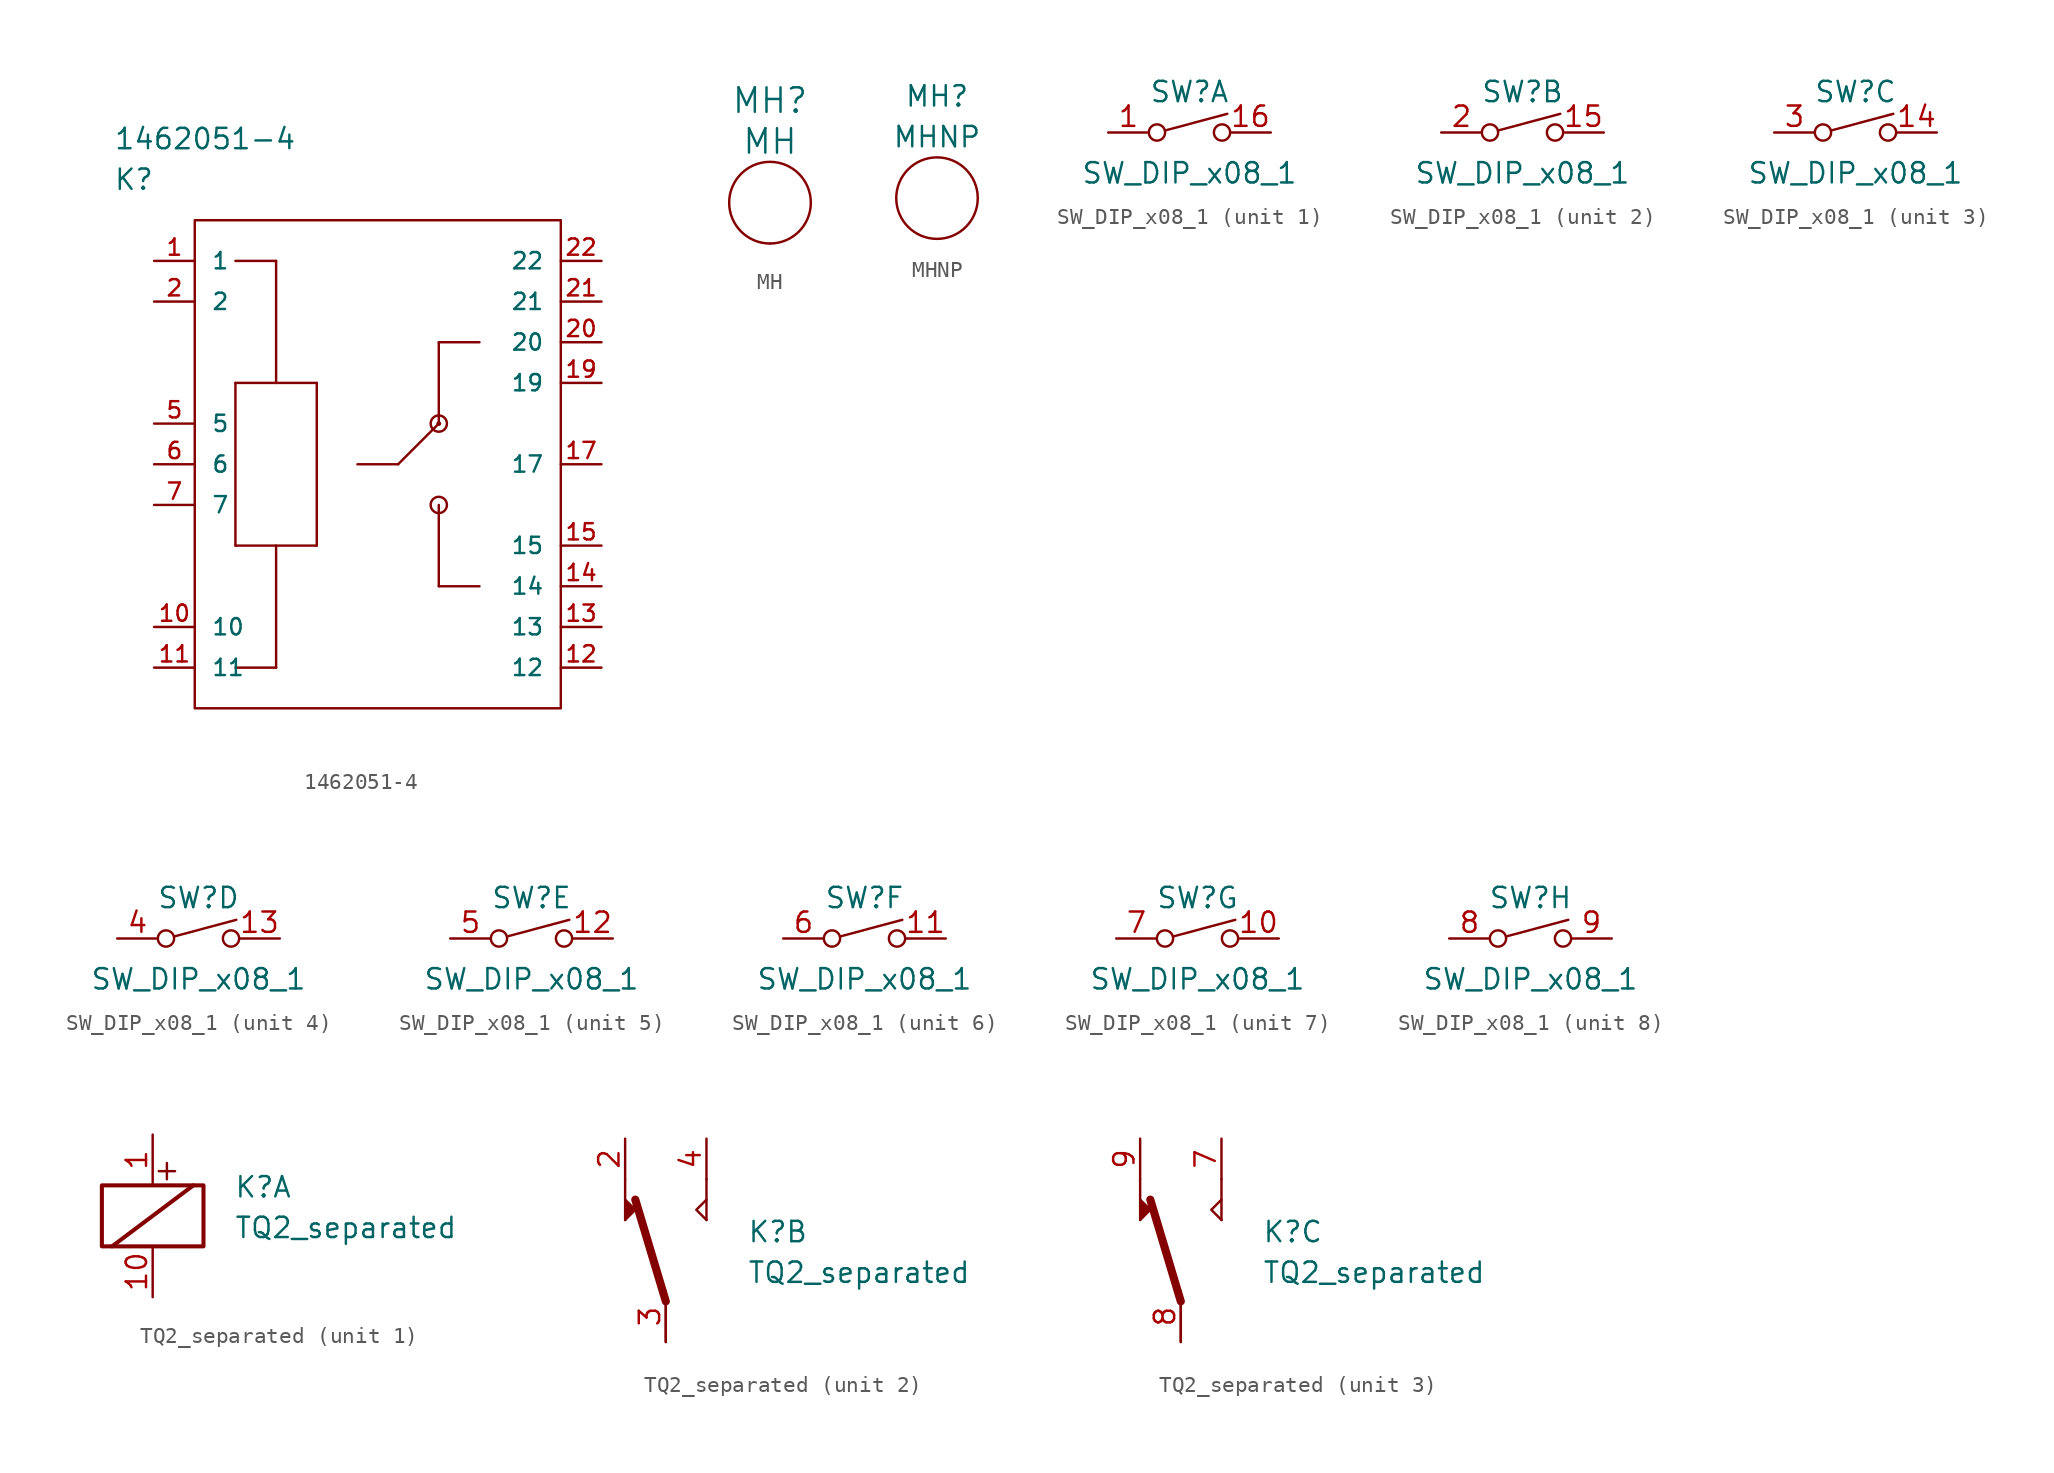
<source format=kicad_sym>
(kicad_symbol_lib
  (version 20211014)
  (generator kicad_symbol_editor)
  (symbol "1462051-4"
    (pin_names
      (offset 1.016))
    (property "Reference" "K"
      (at 0 5.08 0)
      (effects (font (size 1.27 1.27)) (justify left)))
    (property "Value" "1462051-4"
      (at 0 7.62 0)
      (effects (font (size 1.27 1.27)) (justify left)))
    (symbol "1462051-4_1_1"
      (polyline (pts (xy 7.62 -17.78) (xy 12.7 -17.78)) (stroke (width 0) (type default) (color 0 0 0 0)) (fill (type none)))
      (polyline (pts (xy 7.62 -7.62) (xy 7.62 -17.78)) (stroke (width 0) (type default) (color 0 0 0 0)) (fill (type none)))
      (polyline (pts (xy 7.62 0) (xy 10.16 0)) (stroke (width 0) (type default) (color 0 0 0 0)) (fill (type none)))
      (polyline (pts (xy 10.16 -25.4) (xy 7.62 -25.4)) (stroke (width 0) (type default) (color 0 0 0 0)) (fill (type none)))
      (polyline (pts (xy 10.16 -17.78) (xy 10.16 -25.4)) (stroke (width 0) (type default) (color 0 0 0 0)) (fill (type none)))
      (polyline (pts (xy 10.16 -7.62) (xy 7.62 -7.62)) (stroke (width 0) (type default) (color 0 0 0 0)) (fill (type none)))
      (polyline (pts (xy 10.16 0) (xy 10.16 -7.62)) (stroke (width 0) (type default) (color 0 0 0 0)) (fill (type none)))
      (polyline (pts (xy 12.7 -17.78) (xy 12.7 -7.62)) (stroke (width 0) (type default) (color 0 0 0 0)) (fill (type none)))
      (polyline (pts (xy 12.7 -7.62) (xy 10.16 -7.62)) (stroke (width 0) (type default) (color 0 0 0 0)) (fill (type none)))
      (polyline (pts (xy 15.24 -12.7) (xy 17.78 -12.7)) (stroke (width 0) (type default) (color 0 0 0 0)) (fill (type none)))
      (polyline (pts (xy 17.78 -12.7) (xy 20.32 -10.16)) (stroke (width 0) (type default) (color 0 0 0 0)) (fill (type none)))
      (polyline (pts (xy 20.32 -20.32) (xy 20.32 -15.24)) (stroke (width 0) (type default) (color 0 0 0 0)) (fill (type none)))
      (polyline (pts (xy 20.32 -10.16) (xy 20.32 -5.08)) (stroke (width 0) (type default) (color 0 0 0 0)) (fill (type none)))
      (polyline (pts (xy 22.86 -20.32) (xy 20.32 -20.32)) (stroke (width 0) (type default) (color 0 0 0 0)) (fill (type none)))
      (polyline (pts (xy 22.86 -5.08) (xy 20.32 -5.08)) (stroke (width 0) (type default) (color 0 0 0 0)) (fill (type none)))
      (rectangle (start 5.08 2.54) (end 27.94 -27.94) (stroke (width 0) (type default) (color 0 0 0 0)) (fill (type none)))
      (circle (center 20.32 -15.24) (radius 0.508) (stroke (width 0) (type default) (color 0 0 0 0)) (fill (type none)))
      (circle (center 20.32 -10.16) (radius 0.0001) (stroke (width 0) (type default) (color 0 0 0 0)) (fill (type none)))
      (circle (center 20.32 -10.16) (radius 0.508) (stroke (width 0) (type default) (color 0 0 0 0)) (fill (type none)))
      (pin passive line (at 2.54 0 0) (length 2.54) (name "1" (effects (font (size 1.016 1.016)))) (number "1" (effects (font (size 1.016 1.016)))))
      (pin passive line (at 2.54 -22.86 0) (length 2.54) (name "10" (effects (font (size 1.016 1.016)))) (number "10" (effects (font (size 1.016 1.016)))))
      (pin passive line (at 2.54 -25.4 0) (length 2.54) (name "11" (effects (font (size 1.016 1.016)))) (number "11" (effects (font (size 1.016 1.016)))))
      (pin passive line (at 30.48 -25.4 180) (length 2.54) (name "12" (effects (font (size 1.016 1.016)))) (number "12" (effects (font (size 1.016 1.016)))))
      (pin passive line (at 30.48 -22.86 180) (length 2.54) (name "13" (effects (font (size 1.016 1.016)))) (number "13" (effects (font (size 1.016 1.016)))))
      (pin passive line (at 30.48 -20.32 180) (length 2.54) (name "14" (effects (font (size 1.016 1.016)))) (number "14" (effects (font (size 1.016 1.016)))))
      (pin passive line (at 30.48 -17.78 180) (length 2.54) (name "15" (effects (font (size 1.016 1.016)))) (number "15" (effects (font (size 1.016 1.016)))))
      (pin passive line (at 30.48 -12.7 180) (length 2.54) (name "17" (effects (font (size 1.016 1.016)))) (number "17" (effects (font (size 1.016 1.016)))))
      (pin passive line (at 30.48 -7.62 180) (length 2.54) (name "19" (effects (font (size 1.016 1.016)))) (number "19" (effects (font (size 1.016 1.016)))))
      (pin passive line (at 2.54 -2.54 0) (length 2.54) (name "2" (effects (font (size 1.016 1.016)))) (number "2" (effects (font (size 1.016 1.016)))))
      (pin passive line (at 30.48 -5.08 180) (length 2.54) (name "20" (effects (font (size 1.016 1.016)))) (number "20" (effects (font (size 1.016 1.016)))))
      (pin passive line (at 30.48 -2.54 180) (length 2.54) (name "21" (effects (font (size 1.016 1.016)))) (number "21" (effects (font (size 1.016 1.016)))))
      (pin passive line (at 30.48 0 180) (length 2.54) (name "22" (effects (font (size 1.016 1.016)))) (number "22" (effects (font (size 1.016 1.016)))))
      (pin passive line (at 2.54 -10.16 0) (length 2.54) (name "5" (effects (font (size 1.016 1.016)))) (number "5" (effects (font (size 1.016 1.016)))))
      (pin passive line (at 2.54 -12.7 0) (length 2.54) (name "6" (effects (font (size 1.016 1.016)))) (number "6" (effects (font (size 1.016 1.016)))))
      (pin passive line (at 2.54 -15.24 0) (length 2.54) (name "7" (effects (font (size 1.016 1.016)))) (number "7" (effects (font (size 1.016 1.016)))))))
  (symbol "MH"
    (pin_names
      (offset 1.016))
    (property "Reference" "MH"
      (at 0 8.89 0)
      (effects (font (size 1.524 1.524))))
    (property "Value" "MH"
      (at 0 6.35 0)
      (effects (font (size 1.524 1.524))))
    (symbol "MH_0_1"
      (circle (center 0 2.54) (radius 2.54) (stroke (width 0) (type default) (color 0 0 0 0)) (fill (type none))))
    (symbol "MH_1_1"
      (pin input line (at 0 0 90) (length 0) (name "~" (effects (font (size 0 0)))) (number "1" (effects (font (size 0 0)))))))
  (symbol "MHNP"
    (pin_names
      (offset 1.016))
    (property "Reference" "MH"
      (at 0 8.89 0)
      (effects (font (size 1.27 1.27))))
    (property "Value" "MHNP"
      (at 0 6.35 0)
      (effects (font (size 1.27 1.27))))
    (symbol "MHNP_1_1"
      (circle (center 0 2.54) (radius 2.54) (stroke (width 0) (type default) (color 0 0 0 0)) (fill (type none)))))
  (symbol "SW_DIP_x08_1"
    (pin_names
      (offset 0) hide)
    (property "Reference" "SW"
      (at 0 2.54 0)
      (effects (font (size 1.27 1.27))))
    (property "Value" "SW_DIP_x08_1"
      (at 0 -2.54 0)
      (effects (font (size 1.27 1.27))))
    (symbol "SW_DIP_x08_1_0_0"
      (circle (center -2.032 0) (radius 0.508) (stroke (width 0) (type default) (color 0 0 0 0)) (fill (type none)))
      (polyline (pts (xy -1.524 0.127) (xy 2.362 1.168)) (stroke (width 0) (type default) (color 0 0 0 0)) (fill (type none)))
      (circle (center 2.032 0) (radius 0.508) (stroke (width 0) (type default) (color 0 0 0 0)) (fill (type none))))
    (symbol "SW_DIP_x08_1_1_1"
      (pin passive line (at -5.08 0 0) (length 2.54) (name "~" (effects (font (size 1.27 1.27)))) (number "1" (effects (font (size 1.27 1.27)))))
      (pin passive line (at 5.08 0 180) (length 2.54) (name "~" (effects (font (size 1.27 1.27)))) (number "16" (effects (font (size 1.27 1.27))))))
    (symbol "SW_DIP_x08_1_2_1"
      (pin passive line (at 5.08 0 180) (length 2.54) (name "~" (effects (font (size 1.27 1.27)))) (number "15" (effects (font (size 1.27 1.27)))))
      (pin passive line (at -5.08 0 0) (length 2.54) (name "~" (effects (font (size 1.27 1.27)))) (number "2" (effects (font (size 1.27 1.27))))))
    (symbol "SW_DIP_x08_1_3_1"
      (pin passive line (at 5.08 0 180) (length 2.54) (name "~" (effects (font (size 1.27 1.27)))) (number "14" (effects (font (size 1.27 1.27)))))
      (pin passive line (at -5.08 0 0) (length 2.54) (name "~" (effects (font (size 1.27 1.27)))) (number "3" (effects (font (size 1.27 1.27))))))
    (symbol "SW_DIP_x08_1_4_1"
      (pin passive line (at 5.08 0 180) (length 2.54) (name "~" (effects (font (size 1.27 1.27)))) (number "13" (effects (font (size 1.27 1.27)))))
      (pin passive line (at -5.08 0 0) (length 2.54) (name "~" (effects (font (size 1.27 1.27)))) (number "4" (effects (font (size 1.27 1.27))))))
    (symbol "SW_DIP_x08_1_5_1"
      (pin passive line (at 5.08 0 180) (length 2.54) (name "~" (effects (font (size 1.27 1.27)))) (number "12" (effects (font (size 1.27 1.27)))))
      (pin passive line (at -5.08 0 0) (length 2.54) (name "~" (effects (font (size 1.27 1.27)))) (number "5" (effects (font (size 1.27 1.27))))))
    (symbol "SW_DIP_x08_1_6_1"
      (pin passive line (at 5.08 0 180) (length 2.54) (name "~" (effects (font (size 1.27 1.27)))) (number "11" (effects (font (size 1.27 1.27)))))
      (pin passive line (at -5.08 0 0) (length 2.54) (name "~" (effects (font (size 1.27 1.27)))) (number "6" (effects (font (size 1.27 1.27))))))
    (symbol "SW_DIP_x08_1_7_1"
      (pin passive line (at 5.08 0 180) (length 2.54) (name "~" (effects (font (size 1.27 1.27)))) (number "10" (effects (font (size 1.27 1.27)))))
      (pin passive line (at -5.08 0 0) (length 2.54) (name "~" (effects (font (size 1.27 1.27)))) (number "7" (effects (font (size 1.27 1.27))))))
    (symbol "SW_DIP_x08_1_8_1"
      (pin passive line (at -5.08 0 0) (length 2.54) (name "~" (effects (font (size 1.27 1.27)))) (number "8" (effects (font (size 1.27 1.27)))))
      (pin passive line (at 5.08 0 180) (length 2.54) (name "~" (effects (font (size 1.27 1.27)))) (number "9" (effects (font (size 1.27 1.27)))))))
  (symbol "TQ2_separated"
    (pin_names
      (offset 1.016))
    (property "Reference" "K"
      (at 5.08 2.54 0)
      (effects (font (size 1.27 1.27)) (justify left top)))
    (property "Value" "TQ2_separated"
      (at 5.08 0 0)
      (effects (font (size 1.27 1.27)) (justify left top)))
    (symbol "TQ2_separated_1_1"
      (rectangle (start -3.175 1.905) (end 3.175 -1.905) (stroke (width 0.254) (type default) (color 0 0 0 0)) (fill (type none)))
      (polyline (pts (xy -2.54 -1.905) (xy 2.54 1.905)) (stroke (width 0.254) (type default) (color 0 0 0 0)) (fill (type none)))
      (polyline (pts (xy 0.381 2.794) (xy 1.397 2.794)) (stroke (width 0) (type default) (color 0 0 0 0)) (fill (type none)))
      (polyline (pts (xy 0.889 3.302) (xy 0.889 2.286)) (stroke (width 0) (type default) (color 0 0 0 0)) (fill (type none)))
      (pin passive line (at 0 5.08 270) (length 3.175) (name "~" (effects (font (size 1.27 1.27)))) (number "1" (effects (font (size 1.27 1.27)))))
      (pin passive line (at 0 -5.08 90) (length 3.175) (name "~" (effects (font (size 1.27 1.27)))) (number "10" (effects (font (size 1.27 1.27))))))
    (symbol "TQ2_separated_2_1"
      (polyline (pts (xy -2.54 2.54) (xy -2.54 5.08)) (stroke (width 0) (type default) (color 0 0 0 0)) (fill (type none)))
      (polyline (pts (xy 0 -2.54) (xy -1.905 3.81)) (stroke (width 0.508) (type default) (color 0 0 0 0)) (fill (type none)))
      (polyline (pts (xy 0 -2.54) (xy 0 -5.08)) (stroke (width 0) (type default) (color 0 0 0 0)) (fill (type none)))
      (polyline (pts (xy 2.54 2.54) (xy 2.54 5.08)) (stroke (width 0) (type default) (color 0 0 0 0)) (fill (type none)))
      (polyline (pts (xy -2.54 2.54) (xy -1.905 3.175) (xy -2.54 3.81)) (stroke (width 0) (type default) (color 0 0 0 0)) (fill (type outline)))
      (polyline (pts (xy 2.54 2.54) (xy 1.905 3.175) (xy 2.54 3.81)) (stroke (width 0) (type default) (color 0 0 0 0)) (fill (type none)))
      (pin passive line (at -2.54 7.62 270) (length 2.54) (name "~" (effects (font (size 1.27 1.27)))) (number "2" (effects (font (size 1.27 1.27)))))
      (pin passive line (at 0 -5.08 90) (length 3.175) (name "~" (effects (font (size 1.27 1.27)))) (number "3" (effects (font (size 1.27 1.27)))))
      (pin passive line (at 2.54 7.62 270) (length 2.54) (name "~" (effects (font (size 1.27 1.27)))) (number "4" (effects (font (size 1.27 1.27))))))
    (symbol "TQ2_separated_3_1"
      (polyline (pts (xy -2.54 2.54) (xy -2.54 5.08)) (stroke (width 0) (type default) (color 0 0 0 0)) (fill (type none)))
      (polyline (pts (xy 0 -2.54) (xy -1.905 3.81)) (stroke (width 0.508) (type default) (color 0 0 0 0)) (fill (type none)))
      (polyline (pts (xy 0 -2.54) (xy 0 -5.08)) (stroke (width 0) (type default) (color 0 0 0 0)) (fill (type none)))
      (polyline (pts (xy 2.54 2.54) (xy 2.54 5.08)) (stroke (width 0) (type default) (color 0 0 0 0)) (fill (type none)))
      (polyline (pts (xy -2.54 2.54) (xy -1.905 3.175) (xy -2.54 3.81)) (stroke (width 0) (type default) (color 0 0 0 0)) (fill (type outline)))
      (polyline (pts (xy 2.54 2.54) (xy 1.905 3.175) (xy 2.54 3.81)) (stroke (width 0) (type default) (color 0 0 0 0)) (fill (type none)))
      (pin passive line (at 2.54 7.62 270) (length 2.54) (name "~" (effects (font (size 1.27 1.27)))) (number "7" (effects (font (size 1.27 1.27)))))
      (pin passive line (at 0 -5.08 90) (length 3.175) (name "~" (effects (font (size 1.27 1.27)))) (number "8" (effects (font (size 1.27 1.27)))))
      (pin passive line (at -2.54 7.62 270) (length 2.54) (name "~" (effects (font (size 1.27 1.27)))) (number "9" (effects (font (size 1.27 1.27))))))))
</source>
